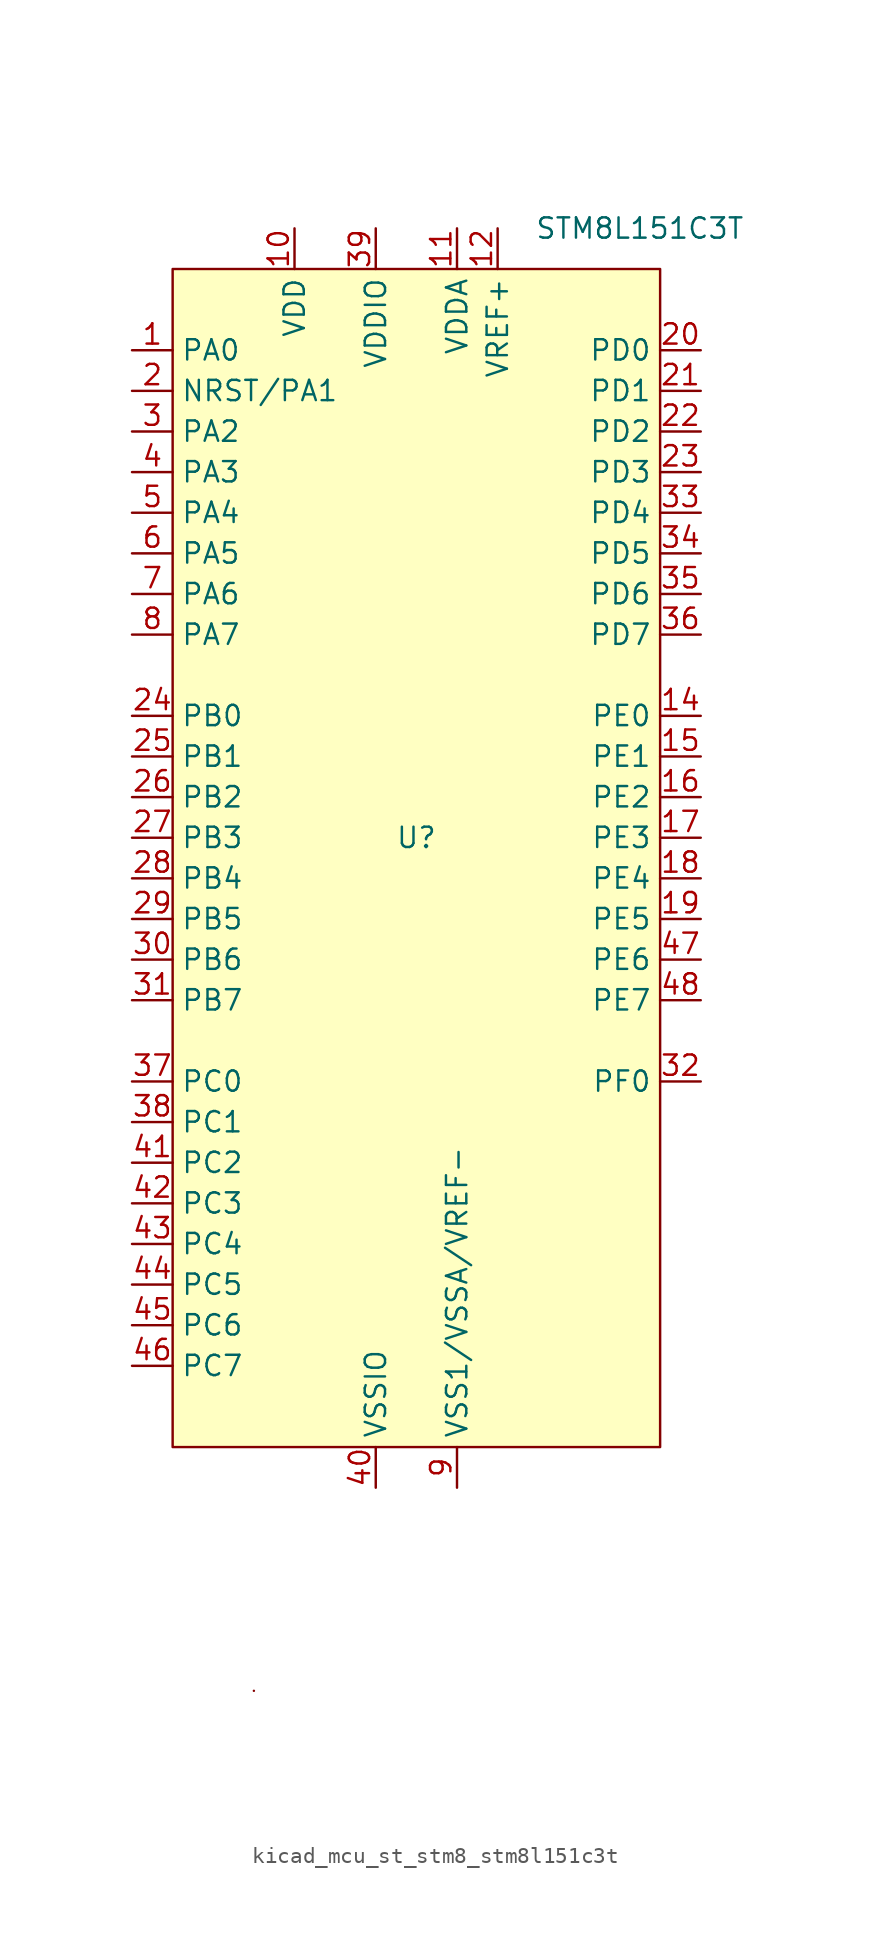
<source format=kicad_sym>
(kicad_symbol_lib
  (version 20220914)
  (generator kicad_symbol_editor)
  (symbol "kicad_mcu_st_stm8_stm8l151c3t"
    (property "Reference" "U"
      (at 0 0 0)
      (effects (font (size 1.27 1.27))))
    (property "Value" "STM8L151C3T"
      (at 13.97 38.1 0)
      (effects (font (size 1.27 1.27))))
    (symbol "kicad_mcu_st_stm8_stm8l151c3t_0_0"
      (pin bidirectional line (at -17.78 30.48 0) (length 2.54) (name "PA0" (effects (font (size 1.27 1.27)))) (number "1" (effects (font (size 1.27 1.27)))))
      (pin power_in line (at -7.62 38.1 270) (length 2.54) (name "VDD" (effects (font (size 1.27 1.27)))) (number "10" (effects (font (size 1.27 1.27)))))
      (pin power_in line (at 2.54 38.1 270) (length 2.54) (name "VDDA" (effects (font (size 1.27 1.27)))) (number "11" (effects (font (size 1.27 1.27)))))
      (pin power_in line (at 5.08 38.1 270) (length 2.54) (name "VREF+" (effects (font (size 1.27 1.27)))) (number "12" (effects (font (size 1.27 1.27)))))
      (pin no_connect line (at 15.24 -20.32 180) (length 2.54) hide (name "NC" (effects (font (size 1.27 1.27)))) (number "13" (effects (font (size 1.27 1.27)))))
      (pin bidirectional line (at 17.78 7.62 180) (length 2.54) (name "PE0" (effects (font (size 1.27 1.27)))) (number "14" (effects (font (size 1.27 1.27)))))
      (pin bidirectional line (at 17.78 5.08 180) (length 2.54) (name "PE1" (effects (font (size 1.27 1.27)))) (number "15" (effects (font (size 1.27 1.27)))))
      (pin bidirectional line (at 17.78 2.54 180) (length 2.54) (name "PE2" (effects (font (size 1.27 1.27)))) (number "16" (effects (font (size 1.27 1.27)))))
      (pin bidirectional line (at 17.78 0 180) (length 2.54) (name "PE3" (effects (font (size 1.27 1.27)))) (number "17" (effects (font (size 1.27 1.27)))))
      (pin bidirectional line (at 17.78 -2.54 180) (length 2.54) (name "PE4" (effects (font (size 1.27 1.27)))) (number "18" (effects (font (size 1.27 1.27)))))
      (pin bidirectional line (at 17.78 -5.08 180) (length 2.54) (name "PE5" (effects (font (size 1.27 1.27)))) (number "19" (effects (font (size 1.27 1.27)))))
      (pin bidirectional line (at -17.78 27.94 0) (length 2.54) (name "NRST/PA1" (effects (font (size 1.27 1.27)))) (number "2" (effects (font (size 1.27 1.27)))))
      (pin bidirectional line (at 17.78 30.48 180) (length 2.54) (name "PD0" (effects (font (size 1.27 1.27)))) (number "20" (effects (font (size 1.27 1.27)))))
      (pin bidirectional line (at 17.78 27.94 180) (length 2.54) (name "PD1" (effects (font (size 1.27 1.27)))) (number "21" (effects (font (size 1.27 1.27)))))
      (pin bidirectional line (at 17.78 25.4 180) (length 2.54) (name "PD2" (effects (font (size 1.27 1.27)))) (number "22" (effects (font (size 1.27 1.27)))))
      (pin bidirectional line (at 17.78 22.86 180) (length 2.54) (name "PD3" (effects (font (size 1.27 1.27)))) (number "23" (effects (font (size 1.27 1.27)))))
      (pin bidirectional line (at -17.78 7.62 0) (length 2.54) (name "PB0" (effects (font (size 1.27 1.27)))) (number "24" (effects (font (size 1.27 1.27)))))
      (pin bidirectional line (at -17.78 5.08 0) (length 2.54) (name "PB1" (effects (font (size 1.27 1.27)))) (number "25" (effects (font (size 1.27 1.27)))))
      (pin bidirectional line (at -17.78 2.54 0) (length 2.54) (name "PB2" (effects (font (size 1.27 1.27)))) (number "26" (effects (font (size 1.27 1.27)))))
      (pin bidirectional line (at -17.78 0 0) (length 2.54) (name "PB3" (effects (font (size 1.27 1.27)))) (number "27" (effects (font (size 1.27 1.27)))))
      (pin bidirectional line (at -17.78 -2.54 0) (length 2.54) (name "PB4" (effects (font (size 1.27 1.27)))) (number "28" (effects (font (size 1.27 1.27)))))
      (pin bidirectional line (at -17.78 -5.08 0) (length 2.54) (name "PB5" (effects (font (size 1.27 1.27)))) (number "29" (effects (font (size 1.27 1.27)))))
      (pin bidirectional line (at -17.78 25.4 0) (length 2.54) (name "PA2" (effects (font (size 1.27 1.27)))) (number "3" (effects (font (size 1.27 1.27)))))
      (pin bidirectional line (at -17.78 -7.62 0) (length 2.54) (name "PB6" (effects (font (size 1.27 1.27)))) (number "30" (effects (font (size 1.27 1.27)))))
      (pin bidirectional line (at -17.78 -10.16 0) (length 2.54) (name "PB7" (effects (font (size 1.27 1.27)))) (number "31" (effects (font (size 1.27 1.27)))))
      (pin bidirectional line (at 17.78 -15.24 180) (length 2.54) (name "PF0" (effects (font (size 1.27 1.27)))) (number "32" (effects (font (size 1.27 1.27)))))
      (pin bidirectional line (at 17.78 20.32 180) (length 2.54) (name "PD4" (effects (font (size 1.27 1.27)))) (number "33" (effects (font (size 1.27 1.27)))))
      (pin bidirectional line (at 17.78 17.78 180) (length 2.54) (name "PD5" (effects (font (size 1.27 1.27)))) (number "34" (effects (font (size 1.27 1.27)))))
      (pin bidirectional line (at 17.78 15.24 180) (length 2.54) (name "PD6" (effects (font (size 1.27 1.27)))) (number "35" (effects (font (size 1.27 1.27)))))
      (pin bidirectional line (at 17.78 12.7 180) (length 2.54) (name "PD7" (effects (font (size 1.27 1.27)))) (number "36" (effects (font (size 1.27 1.27)))))
      (pin bidirectional line (at -17.78 -15.24 0) (length 2.54) (name "PC0" (effects (font (size 1.27 1.27)))) (number "37" (effects (font (size 1.27 1.27)))))
      (pin bidirectional line (at -17.78 -17.78 0) (length 2.54) (name "PC1" (effects (font (size 1.27 1.27)))) (number "38" (effects (font (size 1.27 1.27)))))
      (pin power_in line (at -2.54 38.1 270) (length 2.54) (name "VDDIO" (effects (font (size 1.27 1.27)))) (number "39" (effects (font (size 1.27 1.27)))))
      (pin bidirectional line (at -17.78 22.86 0) (length 2.54) (name "PA3" (effects (font (size 1.27 1.27)))) (number "4" (effects (font (size 1.27 1.27)))))
      (pin power_in line (at -2.54 -40.64 90) (length 2.54) (name "VSSIO" (effects (font (size 1.27 1.27)))) (number "40" (effects (font (size 1.27 1.27)))))
      (pin bidirectional line (at -17.78 -20.32 0) (length 2.54) (name "PC2" (effects (font (size 1.27 1.27)))) (number "41" (effects (font (size 1.27 1.27)))))
      (pin bidirectional line (at -17.78 -22.86 0) (length 2.54) (name "PC3" (effects (font (size 1.27 1.27)))) (number "42" (effects (font (size 1.27 1.27)))))
      (pin bidirectional line (at -17.78 -25.4 0) (length 2.54) (name "PC4" (effects (font (size 1.27 1.27)))) (number "43" (effects (font (size 1.27 1.27)))))
      (pin bidirectional line (at -17.78 -27.94 0) (length 2.54) (name "PC5" (effects (font (size 1.27 1.27)))) (number "44" (effects (font (size 1.27 1.27)))))
      (pin bidirectional line (at -17.78 -30.48 0) (length 2.54) (name "PC6" (effects (font (size 1.27 1.27)))) (number "45" (effects (font (size 1.27 1.27)))))
      (pin bidirectional line (at -17.78 -33.02 0) (length 2.54) (name "PC7" (effects (font (size 1.27 1.27)))) (number "46" (effects (font (size 1.27 1.27)))))
      (pin bidirectional line (at 17.78 -7.62 180) (length 2.54) (name "PE6" (effects (font (size 1.27 1.27)))) (number "47" (effects (font (size 1.27 1.27)))))
      (pin bidirectional line (at 17.78 -10.16 180) (length 2.54) (name "PE7" (effects (font (size 1.27 1.27)))) (number "48" (effects (font (size 1.27 1.27)))))
      (pin bidirectional line (at -17.78 20.32 0) (length 2.54) (name "PA4" (effects (font (size 1.27 1.27)))) (number "5" (effects (font (size 1.27 1.27)))))
      (pin bidirectional line (at -17.78 17.78 0) (length 2.54) (name "PA5" (effects (font (size 1.27 1.27)))) (number "6" (effects (font (size 1.27 1.27)))))
      (pin bidirectional line (at -17.78 15.24 0) (length 2.54) (name "PA6" (effects (font (size 1.27 1.27)))) (number "7" (effects (font (size 1.27 1.27)))))
      (pin bidirectional line (at -17.78 12.7 0) (length 2.54) (name "PA7" (effects (font (size 1.27 1.27)))) (number "8" (effects (font (size 1.27 1.27)))))
      (pin power_in line (at 2.54 -40.64 90) (length 2.54) (name "VSS1/VSSA/VREF-" (effects (font (size 1.27 1.27)))) (number "9" (effects (font (size 1.27 1.27))))))
    (symbol "kicad_mcu_st_stm8_stm8l151c3t_0_1"
      (rectangle (start -15.24 35.56) (end 15.24 -38.1) (stroke (width 0) (type default)) (fill (type background)))
      (rectangle (start -10.16 -53.34) (end -10.16 -53.34) (stroke (width 0.152) (type default)) (fill (type none))))))
</source>
